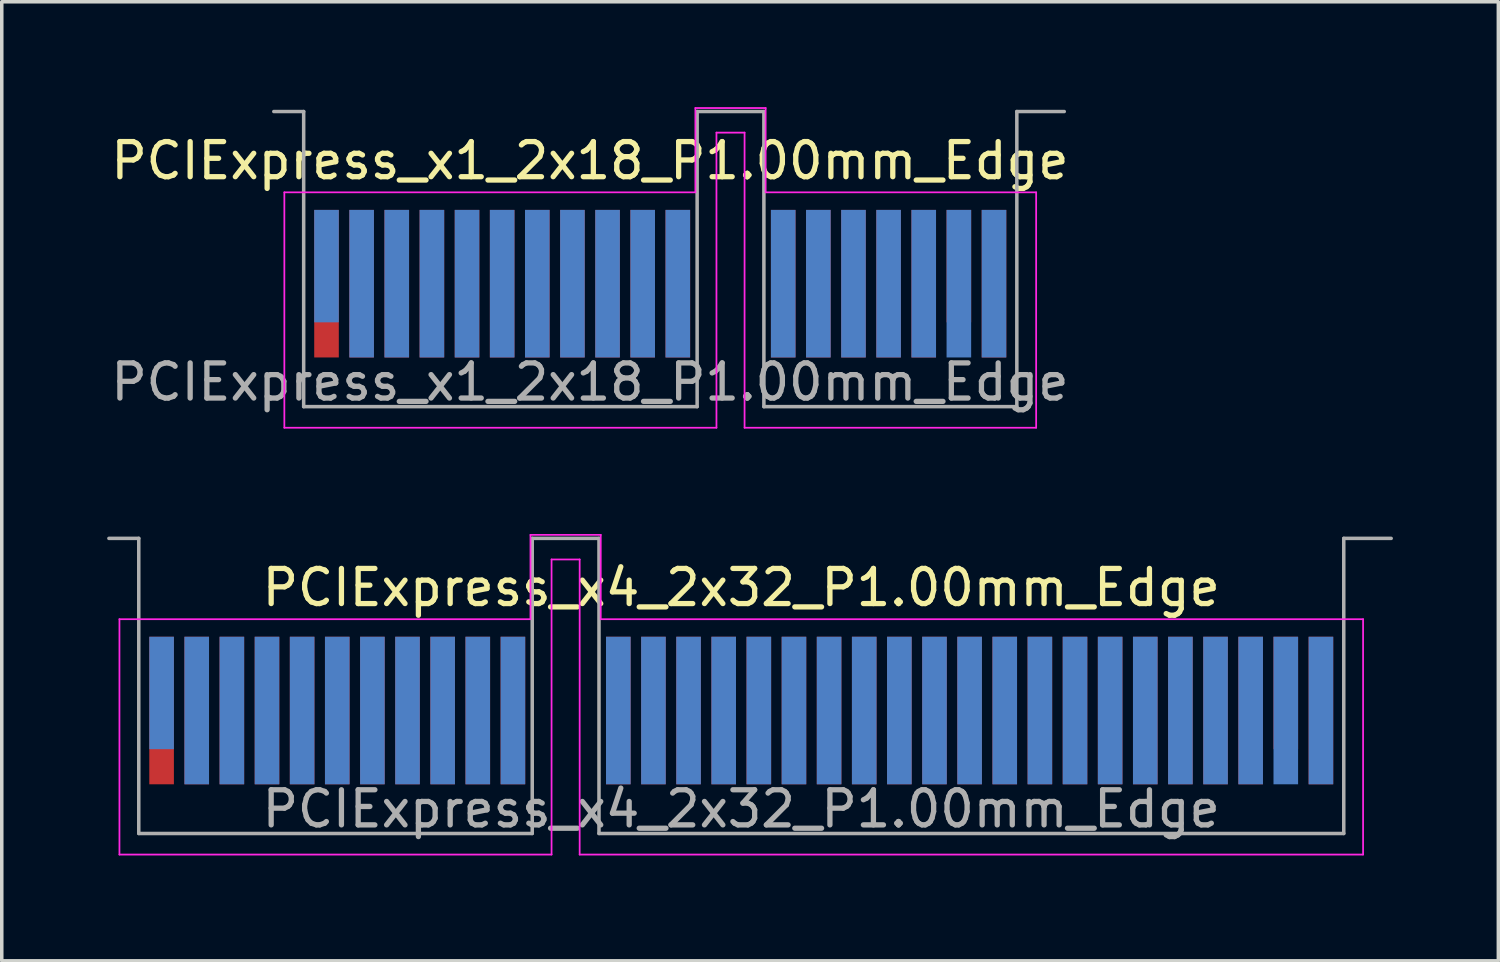
<source format=kicad_pcb>
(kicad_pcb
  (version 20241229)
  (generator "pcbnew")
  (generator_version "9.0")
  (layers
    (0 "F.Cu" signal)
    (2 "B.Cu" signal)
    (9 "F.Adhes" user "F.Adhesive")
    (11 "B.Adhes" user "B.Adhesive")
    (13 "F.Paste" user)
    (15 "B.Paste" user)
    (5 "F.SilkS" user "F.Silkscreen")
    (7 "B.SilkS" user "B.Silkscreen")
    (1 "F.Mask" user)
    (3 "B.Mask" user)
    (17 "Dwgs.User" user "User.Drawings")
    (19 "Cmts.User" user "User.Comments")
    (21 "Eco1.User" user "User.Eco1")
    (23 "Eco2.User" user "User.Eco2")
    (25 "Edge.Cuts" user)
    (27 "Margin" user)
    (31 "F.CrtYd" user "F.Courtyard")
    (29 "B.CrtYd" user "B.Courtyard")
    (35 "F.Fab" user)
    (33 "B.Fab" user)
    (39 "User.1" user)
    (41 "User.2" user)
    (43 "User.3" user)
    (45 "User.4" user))
  (footprint "PCIExpress_x1_2x18_P1.00mm_Edge"
    (layer "F.Cu")
    (at 15.744 5.025)
    (property "Reference" "PCIExpress_x1_2x18_P1.00mm_Edge" (at -2 -3.5 0) (layer "F.SilkS") (effects (font (size 1 1) (thickness 0.15))))
    (attr exclude_from_pos_files exclude_from_bom)
    (fp_line (start -10.7 -2.6) (end -10.7 4.1) (stroke (width 0.05) (type solid)) (layer "F.CrtYd"))
    (fp_line (start -10.7 4.1) (end 1.6 4.1) (stroke (width 0.05) (type solid)) (layer "F.CrtYd"))
    (fp_line (start 1 -5) (end 1 -2.6) (stroke (width 0.05) (type solid)) (layer "F.CrtYd"))
    (fp_line (start 1 -2.6) (end -10.7 -2.6) (stroke (width 0.05) (type solid)) (layer "F.CrtYd"))
    (fp_line (start 1.6 -4.3) (end 2.4 -4.3) (stroke (width 0.05) (type solid)) (layer "F.CrtYd"))
    (fp_line (start 1.6 4.1) (end 1.6 -4.3) (stroke (width 0.05) (type solid)) (layer "F.CrtYd"))
    (fp_line (start 2.4 -4.3) (end 2.4 4.1) (stroke (width 0.05) (type solid)) (layer "F.CrtYd"))
    (fp_line (start 2.4 4.1) (end 10.7 4.1) (stroke (width 0.05) (type solid)) (layer "F.CrtYd"))
    (fp_line (start 3 -5) (end 1 -5) (stroke (width 0.05) (type solid)) (layer "F.CrtYd"))
    (fp_line (start 3 -2.6) (end 3 -5) (stroke (width 0.05) (type solid)) (layer "F.CrtYd"))
    (fp_line (start 10.7 -2.6) (end 3 -2.6) (stroke (width 0.05) (type solid)) (layer "F.CrtYd"))
    (fp_line (start 10.7 4.1) (end 10.7 -2.6) (stroke (width 0.05) (type solid)) (layer "F.CrtYd"))
    (fp_line (start -10.15 -4.9) (end -11 -4.9) (stroke (width 0.1) (type solid)) (layer "F.Fab"))
    (fp_line (start -10.15 -4.9) (end -10.15 3.5) (stroke (width 0.1) (type solid)) (layer "F.Fab"))
    (fp_line (start -10.15 3.5) (end 1.05 3.5) (stroke (width 0.1) (type solid)) (layer "F.Fab"))
    (fp_line (start 1.05 -4.9) (end 1.05 3.5) (stroke (width 0.1) (type solid)) (layer "F.Fab"))
    (fp_line (start 1.05 -4.9) (end 2.95 -4.9) (stroke (width 0.1) (type solid)) (layer "F.Fab"))
    (fp_line (start 2.95 -4.9) (end 2.95 3.5) (stroke (width 0.1) (type solid)) (layer "F.Fab"))
    (fp_line (start 2.95 3.5) (end 10.15 3.5) (stroke (width 0.1) (type solid)) (layer "F.Fab"))
    (fp_line (start 10.15 -4.9) (end 10.15 3.5) (stroke (width 0.1) (type solid)) (layer "F.Fab"))
    (fp_line (start 10.15 -4.9) (end 11.5 -4.9) (stroke (width 0.1) (type solid)) (layer "F.Fab"))
    (fp_text user "${REFERENCE}" (at -2 2.8 0) (layer "F.Fab") (effects (font (size 1 1) (thickness 0.15))))
    (pad "A1" connect rect (at -9.5 -0.5) (size 0.7 3.2) (layers "B.Cu" "B.Mask"))
    (pad "A2" connect rect (at -8.5 0) (size 0.7 4.2) (layers "B.Cu" "B.Mask"))
    (pad "A3" connect rect (at -7.5 0) (size 0.7 4.2) (layers "B.Cu" "B.Mask"))
    (pad "A4" connect rect (at -6.5 0) (size 0.7 4.2) (layers "B.Cu" "B.Mask"))
    (pad "A5" connect rect (at -5.5 0) (size 0.7 4.2) (layers "B.Cu" "B.Mask"))
    (pad "A6" connect rect (at -4.5 0) (size 0.7 4.2) (layers "B.Cu" "B.Mask"))
    (pad "A7" connect rect (at -3.5 0) (size 0.7 4.2) (layers "B.Cu" "B.Mask"))
    (pad "A8" connect rect (at -2.5 0) (size 0.7 4.2) (layers "B.Cu" "B.Mask"))
    (pad "A9" connect rect (at -1.5 0) (size 0.7 4.2) (layers "B.Cu" "B.Mask"))
    (pad "A10" connect rect (at -0.5 0) (size 0.7 4.2) (layers "B.Cu" "B.Mask"))
    (pad "A11" connect rect (at 0.5 0) (size 0.7 4.2) (layers "B.Cu" "B.Mask"))
    (pad "A12" connect rect (at 3.5 0) (size 0.7 4.2) (layers "B.Cu" "B.Mask"))
    (pad "A13" connect rect (at 4.5 0) (size 0.7 4.2) (layers "B.Cu" "B.Mask"))
    (pad "A14" connect rect (at 5.5 0) (size 0.7 4.2) (layers "B.Cu" "B.Mask"))
    (pad "A15" connect rect (at 6.5 0) (size 0.7 4.2) (layers "B.Cu" "B.Mask"))
    (pad "A16" connect rect (at 7.5 0) (size 0.7 4.2) (layers "B.Cu" "B.Mask"))
    (pad "A17" connect rect (at 8.5 0) (size 0.7 4.2) (layers "B.Cu" "B.Mask"))
    (pad "A18" connect rect (at 9.5 0) (size 0.7 4.2) (layers "B.Cu" "B.Mask"))
    (pad "B1" connect rect (at -9.5 0) (size 0.7 4.2) (layers "F.Cu" "F.Mask"))
    (pad "B2" connect rect (at -8.5 0) (size 0.7 4.2) (layers "F.Cu" "F.Mask"))
    (pad "B3" connect rect (at -7.5 0) (size 0.7 4.2) (layers "F.Cu" "F.Mask"))
    (pad "B4" connect rect (at -6.5 0) (size 0.7 4.2) (layers "F.Cu" "F.Mask"))
    (pad "B5" connect rect (at -5.5 0) (size 0.7 4.2) (layers "F.Cu" "F.Mask"))
    (pad "B6" connect rect (at -4.5 0) (size 0.7 4.2) (layers "F.Cu" "F.Mask"))
    (pad "B7" connect rect (at -3.5 0) (size 0.7 4.2) (layers "F.Cu" "F.Mask"))
    (pad "B8" connect rect (at -2.5 0) (size 0.7 4.2) (layers "F.Cu" "F.Mask"))
    (pad "B9" connect rect (at -1.5 0) (size 0.7 4.2) (layers "F.Cu" "F.Mask"))
    (pad "B10" connect rect (at -0.5 0) (size 0.7 4.2) (layers "F.Cu" "F.Mask"))
    (pad "B11" connect rect (at 0.5 0) (size 0.7 4.2) (layers "F.Cu" "F.Mask"))
    (pad "B12" connect rect (at 3.5 0) (size 0.7 4.2) (layers "F.Cu" "F.Mask"))
    (pad "B13" connect rect (at 4.5 0) (size 0.7 4.2) (layers "F.Cu" "F.Mask"))
    (pad "B14" connect rect (at 5.5 0) (size 0.7 4.2) (layers "F.Cu" "F.Mask"))
    (pad "B15" connect rect (at 6.5 0) (size 0.7 4.2) (layers "F.Cu" "F.Mask"))
    (pad "B16" connect rect (at 7.5 0) (size 0.7 4.2) (layers "F.Cu" "F.Mask"))
    (pad "B17" connect rect (at 8.5 -0.5) (size 0.7 3.2) (layers "F.Cu" "F.Mask"))
    (pad "B18" connect rect (at 9.5 0) (size 0.7 4.2) (layers "F.Cu" "F.Mask")))
  (footprint "PCIExpress_x4_2x32_P1.00mm_Edge"
    (layer "F.Cu")
    (at 18.05 17.175)
    (property "Reference" "PCIExpress_x4_2x32_P1.00mm_Edge" (at 0 -3.5 0) (layer "F.SilkS") (effects (font (size 1 1) (thickness 0.15))))
    (attr exclude_from_pos_files exclude_from_bom)
    (fp_line (start -17.7 -2.6) (end -17.7 4.1) (stroke (width 0.05) (type solid)) (layer "F.CrtYd"))
    (fp_line (start -17.7 4.1) (end -5.4 4.1) (stroke (width 0.05) (type solid)) (layer "F.CrtYd"))
    (fp_line (start -6 -5) (end -6 -2.6) (stroke (width 0.05) (type solid)) (layer "F.CrtYd"))
    (fp_line (start -6 -2.6) (end -17.7 -2.6) (stroke (width 0.05) (type solid)) (layer "F.CrtYd"))
    (fp_line (start -5.4 -4.3) (end -4.6 -4.3) (stroke (width 0.05) (type solid)) (layer "F.CrtYd"))
    (fp_line (start -5.4 4.1) (end -5.4 -4.3) (stroke (width 0.05) (type solid)) (layer "F.CrtYd"))
    (fp_line (start -4.6 -4.3) (end -4.6 4.1) (stroke (width 0.05) (type solid)) (layer "F.CrtYd"))
    (fp_line (start -4.6 4.1) (end 17.7 4.1) (stroke (width 0.05) (type solid)) (layer "F.CrtYd"))
    (fp_line (start -4 -5) (end -6 -5) (stroke (width 0.05) (type solid)) (layer "F.CrtYd"))
    (fp_line (start -4 -2.6) (end -4 -5) (stroke (width 0.05) (type solid)) (layer "F.CrtYd"))
    (fp_line (start 17.7 -2.6) (end -4 -2.6) (stroke (width 0.05) (type solid)) (layer "F.CrtYd"))
    (fp_line (start 17.7 4.1) (end 17.7 -2.6) (stroke (width 0.05) (type solid)) (layer "F.CrtYd"))
    (fp_line (start -17.15 -4.9) (end -18 -4.9) (stroke (width 0.1) (type solid)) (layer "F.Fab"))
    (fp_line (start -17.15 -4.9) (end -17.15 3.5) (stroke (width 0.1) (type solid)) (layer "F.Fab"))
    (fp_line (start -17.15 3.5) (end -5.95 3.5) (stroke (width 0.1) (type solid)) (layer "F.Fab"))
    (fp_line (start -5.95 -4.9) (end -5.95 3.5) (stroke (width 0.1) (type solid)) (layer "F.Fab"))
    (fp_line (start -5.95 -4.9) (end -4.05 -4.9) (stroke (width 0.1) (type solid)) (layer "F.Fab"))
    (fp_line (start -4.05 -4.9) (end -4.05 3.5) (stroke (width 0.1) (type solid)) (layer "F.Fab"))
    (fp_line (start -4.05 3.5) (end 17.15 3.5) (stroke (width 0.1) (type solid)) (layer "F.Fab"))
    (fp_line (start 17.15 -4.9) (end 17.15 3.5) (stroke (width 0.1) (type solid)) (layer "F.Fab"))
    (fp_line (start 17.15 -4.9) (end 18.5 -4.9) (stroke (width 0.1) (type solid)) (layer "F.Fab"))
    (fp_text user "${REFERENCE}" (at 0 2.8 0) (layer "F.Fab") (effects (font (size 1 1) (thickness 0.15))))
    (pad "A1" connect rect (at -16.5 -0.5) (size 0.7 3.2) (layers "B.Cu" "B.Mask"))
    (pad "A2" connect rect (at -15.5 0) (size 0.7 4.2) (layers "B.Cu" "B.Mask"))
    (pad "A3" connect rect (at -14.5 0) (size 0.7 4.2) (layers "B.Cu" "B.Mask"))
    (pad "A4" connect rect (at -13.5 0) (size 0.7 4.2) (layers "B.Cu" "B.Mask"))
    (pad "A5" connect rect (at -12.5 0) (size 0.7 4.2) (layers "B.Cu" "B.Mask"))
    (pad "A6" connect rect (at -11.5 0) (size 0.7 4.2) (layers "B.Cu" "B.Mask"))
    (pad "A7" connect rect (at -10.5 0) (size 0.7 4.2) (layers "B.Cu" "B.Mask"))
    (pad "A8" connect rect (at -9.5 0) (size 0.7 4.2) (layers "B.Cu" "B.Mask"))
    (pad "A9" connect rect (at -8.5 0) (size 0.7 4.2) (layers "B.Cu" "B.Mask"))
    (pad "A10" connect rect (at -7.5 0) (size 0.7 4.2) (layers "B.Cu" "B.Mask"))
    (pad "A11" connect rect (at -6.5 0) (size 0.7 4.2) (layers "B.Cu" "B.Mask"))
    (pad "A12" connect rect (at -3.5 0) (size 0.7 4.2) (layers "B.Cu" "B.Mask"))
    (pad "A13" connect rect (at -2.5 0) (size 0.7 4.2) (layers "B.Cu" "B.Mask"))
    (pad "A14" connect rect (at -1.5 0) (size 0.7 4.2) (layers "B.Cu" "B.Mask"))
    (pad "A15" connect rect (at -0.5 0) (size 0.7 4.2) (layers "B.Cu" "B.Mask"))
    (pad "A16" connect rect (at 0.5 0) (size 0.7 4.2) (layers "B.Cu" "B.Mask"))
    (pad "A17" connect rect (at 1.5 0) (size 0.7 4.2) (layers "B.Cu" "B.Mask"))
    (pad "A18" connect rect (at 2.5 0) (size 0.7 4.2) (layers "B.Cu" "B.Mask"))
    (pad "A19" connect rect (at 3.5 0) (size 0.7 4.2) (layers "B.Cu" "B.Mask"))
    (pad "A20" connect rect (at 4.5 0) (size 0.7 4.2) (layers "B.Cu" "B.Mask"))
    (pad "A21" connect rect (at 5.5 0) (size 0.7 4.2) (layers "B.Cu" "B.Mask"))
    (pad "A22" connect rect (at 6.5 0) (size 0.7 4.2) (layers "B.Cu" "B.Mask"))
    (pad "A23" connect rect (at 7.5 0) (size 0.7 4.2) (layers "B.Cu" "B.Mask"))
    (pad "A24" connect rect (at 8.5 0) (size 0.7 4.2) (layers "B.Cu" "B.Mask"))
    (pad "A25" connect rect (at 9.5 0) (size 0.7 4.2) (layers "B.Cu" "B.Mask"))
    (pad "A26" connect rect (at 10.5 0) (size 0.7 4.2) (layers "B.Cu" "B.Mask"))
    (pad "A27" connect rect (at 11.5 0) (size 0.7 4.2) (layers "B.Cu" "B.Mask"))
    (pad "A28" connect rect (at 12.5 0) (size 0.7 4.2) (layers "B.Cu" "B.Mask"))
    (pad "A29" connect rect (at 13.5 0) (size 0.7 4.2) (layers "B.Cu" "B.Mask"))
    (pad "A30" connect rect (at 14.5 0) (size 0.7 4.2) (layers "B.Cu" "B.Mask"))
    (pad "A31" connect rect (at 15.5 0) (size 0.7 4.2) (layers "B.Cu" "B.Mask"))
    (pad "A32" connect rect (at 16.5 0) (size 0.7 4.2) (layers "B.Cu" "B.Mask"))
    (pad "B1" connect rect (at -16.5 0) (size 0.7 4.2) (layers "F.Cu" "F.Mask"))
    (pad "B2" connect rect (at -15.5 0) (size 0.7 4.2) (layers "F.Cu" "F.Mask"))
    (pad "B3" connect rect (at -14.5 0) (size 0.7 4.2) (layers "F.Cu" "F.Mask"))
    (pad "B4" connect rect (at -13.5 0) (size 0.7 4.2) (layers "F.Cu" "F.Mask"))
    (pad "B5" connect rect (at -12.5 0) (size 0.7 4.2) (layers "F.Cu" "F.Mask"))
    (pad "B6" connect rect (at -11.5 0) (size 0.7 4.2) (layers "F.Cu" "F.Mask"))
    (pad "B7" connect rect (at -10.5 0) (size 0.7 4.2) (layers "F.Cu" "F.Mask"))
    (pad "B8" connect rect (at -9.5 0) (size 0.7 4.2) (layers "F.Cu" "F.Mask"))
    (pad "B9" connect rect (at -8.5 0) (size 0.7 4.2) (layers "F.Cu" "F.Mask"))
    (pad "B10" connect rect (at -7.5 0) (size 0.7 4.2) (layers "F.Cu" "F.Mask"))
    (pad "B11" connect rect (at -6.5 0) (size 0.7 4.2) (layers "F.Cu" "F.Mask"))
    (pad "B12" connect rect (at -3.5 0) (size 0.7 4.2) (layers "F.Cu" "F.Mask"))
    (pad "B13" connect rect (at -2.5 0) (size 0.7 4.2) (layers "F.Cu" "F.Mask"))
    (pad "B14" connect rect (at -1.5 0) (size 0.7 4.2) (layers "F.Cu" "F.Mask"))
    (pad "B15" connect rect (at -0.5 0) (size 0.7 4.2) (layers "F.Cu" "F.Mask"))
    (pad "B16" connect rect (at 0.5 0) (size 0.7 4.2) (layers "F.Cu" "F.Mask"))
    (pad "B17" connect rect (at 1.5 0) (size 0.7 4.2) (layers "F.Cu" "F.Mask"))
    (pad "B18" connect rect (at 2.5 0) (size 0.7 4.2) (layers "F.Cu" "F.Mask"))
    (pad "B19" connect rect (at 3.5 0) (size 0.7 4.2) (layers "F.Cu" "F.Mask"))
    (pad "B20" connect rect (at 4.5 0) (size 0.7 4.2) (layers "F.Cu" "F.Mask"))
    (pad "B21" connect rect (at 5.5 0) (size 0.7 4.2) (layers "F.Cu" "F.Mask"))
    (pad "B22" connect rect (at 6.5 0) (size 0.7 4.2) (layers "F.Cu" "F.Mask"))
    (pad "B23" connect rect (at 7.5 0) (size 0.7 4.2) (layers "F.Cu" "F.Mask"))
    (pad "B24" connect rect (at 8.5 0) (size 0.7 4.2) (layers "F.Cu" "F.Mask"))
    (pad "B25" connect rect (at 9.5 0) (size 0.7 4.2) (layers "F.Cu" "F.Mask"))
    (pad "B26" connect rect (at 10.5 0) (size 0.7 4.2) (layers "F.Cu" "F.Mask"))
    (pad "B27" connect rect (at 11.5 0) (size 0.7 4.2) (layers "F.Cu" "F.Mask"))
    (pad "B28" connect rect (at 12.5 0) (size 0.7 4.2) (layers "F.Cu" "F.Mask"))
    (pad "B29" connect rect (at 13.5 0) (size 0.7 4.2) (layers "F.Cu" "F.Mask"))
    (pad "B30" connect rect (at 14.5 0) (size 0.7 4.2) (layers "F.Cu" "F.Mask"))
    (pad "B31" connect rect (at 15.5 -0.5) (size 0.7 3.2) (layers "F.Cu" "F.Mask"))
    (pad "B32" connect rect (at 16.5 0) (size 0.7 4.2) (layers "F.Cu" "F.Mask")))
  (gr_rect
    (start -3 -3)
    (end 39.6 24.3)
    (stroke (width 0.1) (type default))
    (fill no)
    (layer "Edge.Cuts")))
</source>
